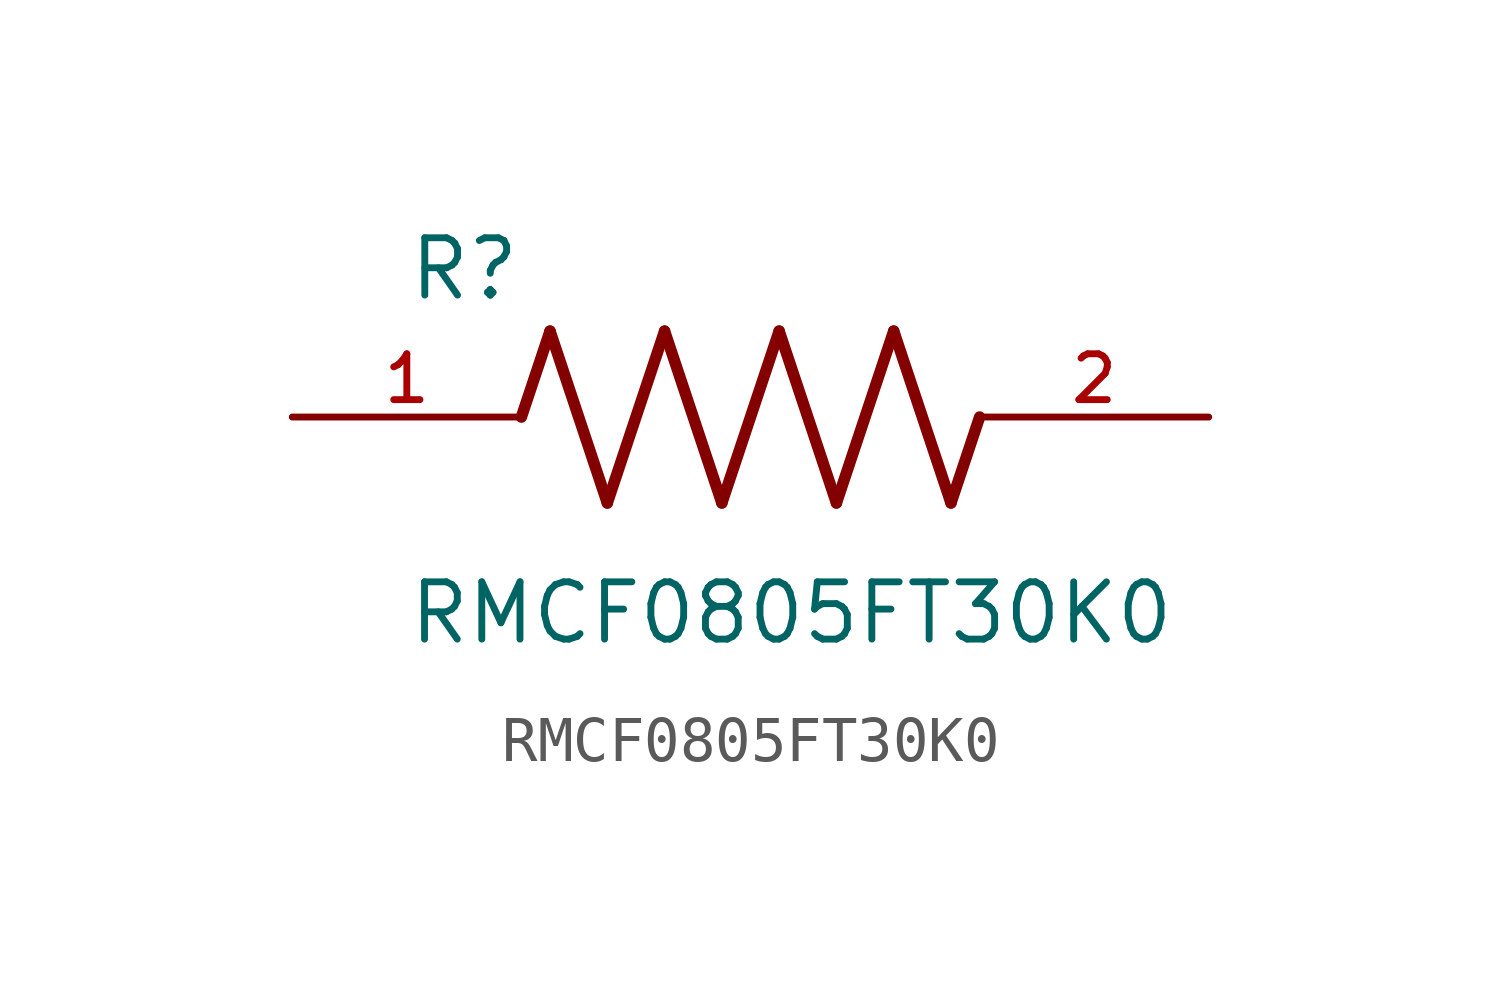
<source format=kicad_sym>
(kicad_symbol_lib
  (version 20211014)
  (generator kicad_symbol_editor)
  (symbol "RMCF0805FT30K0"
    (pin_names
      (offset 1.016))
    (property "Reference" "R"
      (at -7.624 2.541 0)
      (effects (font (size 1.27 1.27)) (justify bottom left)))
    (property "Value" "RMCF0805FT30K0"
      (at -7.63 -5.087 0)
      (effects (font (size 1.27 1.27)) (justify bottom left)))
    (symbol "RMCF0805FT30K0_0_0"
      (polyline (pts (xy -5.08 0.0) (xy -4.445 1.905)) (stroke (width 0.254)))
      (polyline (pts (xy -4.445 1.905) (xy -3.175 -1.905)) (stroke (width 0.254)))
      (polyline (pts (xy -3.175 -1.905) (xy -1.905 1.905)) (stroke (width 0.254)))
      (polyline (pts (xy -1.905 1.905) (xy -0.635 -1.905)) (stroke (width 0.254)))
      (polyline (pts (xy -0.635 -1.905) (xy 0.635 1.905)) (stroke (width 0.254)))
      (polyline (pts (xy 0.635 1.905) (xy 1.905 -1.905)) (stroke (width 0.254)))
      (polyline (pts (xy 1.905 -1.905) (xy 3.175 1.905)) (stroke (width 0.254)))
      (polyline (pts (xy 3.175 1.905) (xy 4.445 -1.905)) (stroke (width 0.254)))
      (polyline (pts (xy 4.445 -1.905) (xy 5.08 0.0)) (stroke (width 0.254)))
      (pin passive line (at -10.16 0.0 0) (length 5.08) (name "~" (effects (font (size 1.016 1.016)))) (number "1" (effects (font (size 1.016 1.016)))))
      (pin passive line (at 10.16 0.0 180.0) (length 5.08) (name "~" (effects (font (size 1.016 1.016)))) (number "2" (effects (font (size 1.016 1.016))))))))
</source>
